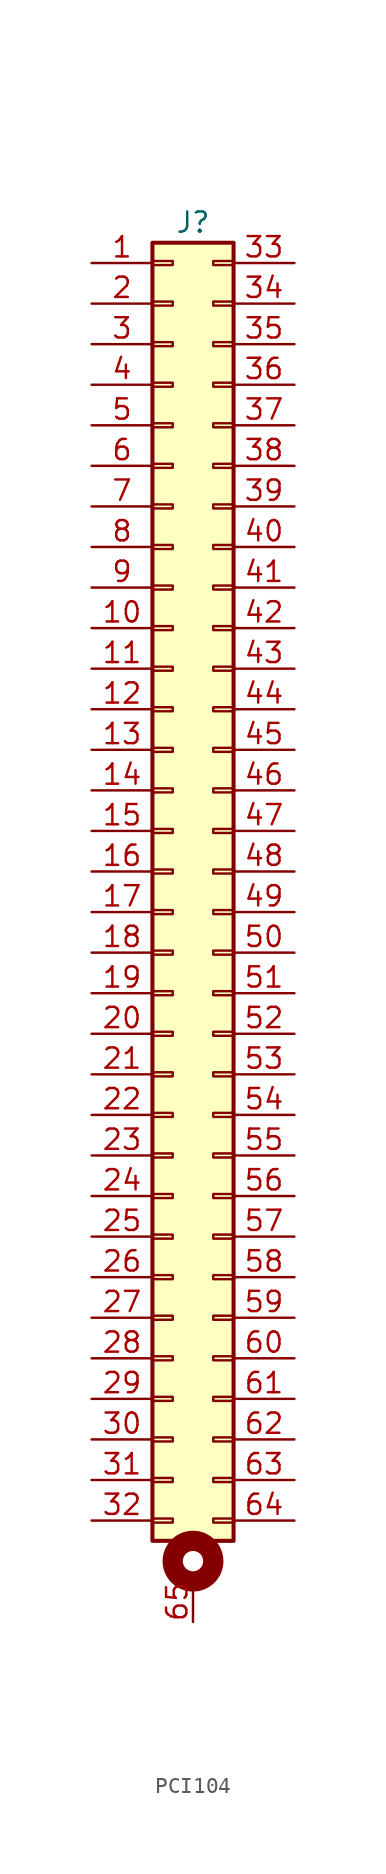
<source format=kicad_sym>
(kicad_symbol_lib
  (version 20220914)
  (generator kicad_symbol_editor)
  (symbol "PCI104"
    (pin_names hide)
    (property "Reference" "J"
      (at 0 0 0)
      (effects (font (size 1.27 1.27))))
    (property "Value" ""
      (at 0 0 0)
      (effects (font (size 1.27 1.27))))
    (symbol "PCI104_0_1"
      (circle (center 0 -83.82) (radius 1.27) (stroke (width 1.27) (type default)) (fill (type none))))
    (symbol "PCI104_1_1"
      (rectangle (start -2.54 -81.153) (end -1.27 -81.407) (stroke (width 0.152) (type default)) (fill (type none)))
      (rectangle (start -2.54 -78.613) (end -1.27 -78.867) (stroke (width 0.152) (type default)) (fill (type none)))
      (rectangle (start -2.54 -76.073) (end -1.27 -76.327) (stroke (width 0.152) (type default)) (fill (type none)))
      (rectangle (start -2.54 -73.533) (end -1.27 -73.787) (stroke (width 0.152) (type default)) (fill (type none)))
      (rectangle (start -2.54 -70.993) (end -1.27 -71.247) (stroke (width 0.152) (type default)) (fill (type none)))
      (rectangle (start -2.54 -68.453) (end -1.27 -68.707) (stroke (width 0.152) (type default)) (fill (type none)))
      (rectangle (start -2.54 -65.913) (end -1.27 -66.167) (stroke (width 0.152) (type default)) (fill (type none)))
      (rectangle (start -2.54 -63.373) (end -1.27 -63.627) (stroke (width 0.152) (type default)) (fill (type none)))
      (rectangle (start -2.54 -60.833) (end -1.27 -61.087) (stroke (width 0.152) (type default)) (fill (type none)))
      (rectangle (start -2.54 -58.293) (end -1.27 -58.547) (stroke (width 0.152) (type default)) (fill (type none)))
      (rectangle (start -2.54 -55.753) (end -1.27 -56.007) (stroke (width 0.152) (type default)) (fill (type none)))
      (rectangle (start -2.54 -53.213) (end -1.27 -53.467) (stroke (width 0.152) (type default)) (fill (type none)))
      (rectangle (start -2.54 -50.673) (end -1.27 -50.927) (stroke (width 0.152) (type default)) (fill (type none)))
      (rectangle (start -2.54 -48.133) (end -1.27 -48.387) (stroke (width 0.152) (type default)) (fill (type none)))
      (rectangle (start -2.54 -45.593) (end -1.27 -45.847) (stroke (width 0.152) (type default)) (fill (type none)))
      (rectangle (start -2.54 -43.053) (end -1.27 -43.307) (stroke (width 0.152) (type default)) (fill (type none)))
      (rectangle (start -2.54 -40.513) (end -1.27 -40.767) (stroke (width 0.152) (type default)) (fill (type none)))
      (rectangle (start -2.54 -37.973) (end -1.27 -38.227) (stroke (width 0.152) (type default)) (fill (type none)))
      (rectangle (start -2.54 -35.433) (end -1.27 -35.687) (stroke (width 0.152) (type default)) (fill (type none)))
      (rectangle (start -2.54 -32.893) (end -1.27 -33.147) (stroke (width 0.152) (type default)) (fill (type none)))
      (rectangle (start -2.54 -30.353) (end -1.27 -30.607) (stroke (width 0.152) (type default)) (fill (type none)))
      (rectangle (start -2.54 -27.813) (end -1.27 -28.067) (stroke (width 0.152) (type default)) (fill (type none)))
      (rectangle (start -2.54 -25.273) (end -1.27 -25.527) (stroke (width 0.152) (type default)) (fill (type none)))
      (rectangle (start -2.54 -22.733) (end -1.27 -22.987) (stroke (width 0.152) (type default)) (fill (type none)))
      (rectangle (start -2.54 -20.193) (end -1.27 -20.447) (stroke (width 0.152) (type default)) (fill (type none)))
      (rectangle (start -2.54 -17.653) (end -1.27 -17.907) (stroke (width 0.152) (type default)) (fill (type none)))
      (rectangle (start -2.54 -15.113) (end -1.27 -15.367) (stroke (width 0.152) (type default)) (fill (type none)))
      (rectangle (start -2.54 -12.573) (end -1.27 -12.827) (stroke (width 0.152) (type default)) (fill (type none)))
      (rectangle (start -2.54 -10.033) (end -1.27 -10.287) (stroke (width 0.152) (type default)) (fill (type none)))
      (rectangle (start -2.54 -7.493) (end -1.27 -7.747) (stroke (width 0.152) (type default)) (fill (type none)))
      (rectangle (start -2.54 -4.953) (end -1.27 -5.207) (stroke (width 0.152) (type default)) (fill (type none)))
      (rectangle (start -2.54 -2.413) (end -1.27 -2.667) (stroke (width 0.152) (type default)) (fill (type none)))
      (rectangle (start -2.54 -1.27) (end 2.54 -82.55) (stroke (width 0.254) (type default)) (fill (type background)))
      (rectangle (start 2.54 -81.153) (end 1.27 -81.407) (stroke (width 0.152) (type default)) (fill (type none)))
      (rectangle (start 2.54 -78.613) (end 1.27 -78.867) (stroke (width 0.152) (type default)) (fill (type none)))
      (rectangle (start 2.54 -76.073) (end 1.27 -76.327) (stroke (width 0.152) (type default)) (fill (type none)))
      (rectangle (start 2.54 -73.533) (end 1.27 -73.787) (stroke (width 0.152) (type default)) (fill (type none)))
      (rectangle (start 2.54 -70.993) (end 1.27 -71.247) (stroke (width 0.152) (type default)) (fill (type none)))
      (rectangle (start 2.54 -68.453) (end 1.27 -68.707) (stroke (width 0.152) (type default)) (fill (type none)))
      (rectangle (start 2.54 -65.913) (end 1.27 -66.167) (stroke (width 0.152) (type default)) (fill (type none)))
      (rectangle (start 2.54 -63.373) (end 1.27 -63.627) (stroke (width 0.152) (type default)) (fill (type none)))
      (rectangle (start 2.54 -60.833) (end 1.27 -61.087) (stroke (width 0.152) (type default)) (fill (type none)))
      (rectangle (start 2.54 -58.293) (end 1.27 -58.547) (stroke (width 0.152) (type default)) (fill (type none)))
      (rectangle (start 2.54 -55.753) (end 1.27 -56.007) (stroke (width 0.152) (type default)) (fill (type none)))
      (rectangle (start 2.54 -53.213) (end 1.27 -53.467) (stroke (width 0.152) (type default)) (fill (type none)))
      (rectangle (start 2.54 -50.673) (end 1.27 -50.927) (stroke (width 0.152) (type default)) (fill (type none)))
      (rectangle (start 2.54 -48.133) (end 1.27 -48.387) (stroke (width 0.152) (type default)) (fill (type none)))
      (rectangle (start 2.54 -45.593) (end 1.27 -45.847) (stroke (width 0.152) (type default)) (fill (type none)))
      (rectangle (start 2.54 -43.053) (end 1.27 -43.307) (stroke (width 0.152) (type default)) (fill (type none)))
      (rectangle (start 2.54 -40.513) (end 1.27 -40.767) (stroke (width 0.152) (type default)) (fill (type none)))
      (rectangle (start 2.54 -37.973) (end 1.27 -38.227) (stroke (width 0.152) (type default)) (fill (type none)))
      (rectangle (start 2.54 -35.433) (end 1.27 -35.687) (stroke (width 0.152) (type default)) (fill (type none)))
      (rectangle (start 2.54 -32.893) (end 1.27 -33.147) (stroke (width 0.152) (type default)) (fill (type none)))
      (rectangle (start 2.54 -30.353) (end 1.27 -30.607) (stroke (width 0.152) (type default)) (fill (type none)))
      (rectangle (start 2.54 -27.813) (end 1.27 -28.067) (stroke (width 0.152) (type default)) (fill (type none)))
      (rectangle (start 2.54 -25.273) (end 1.27 -25.527) (stroke (width 0.152) (type default)) (fill (type none)))
      (rectangle (start 2.54 -22.733) (end 1.27 -22.987) (stroke (width 0.152) (type default)) (fill (type none)))
      (rectangle (start 2.54 -20.193) (end 1.27 -20.447) (stroke (width 0.152) (type default)) (fill (type none)))
      (rectangle (start 2.54 -17.653) (end 1.27 -17.907) (stroke (width 0.152) (type default)) (fill (type none)))
      (rectangle (start 2.54 -15.113) (end 1.27 -15.367) (stroke (width 0.152) (type default)) (fill (type none)))
      (rectangle (start 2.54 -12.573) (end 1.27 -12.827) (stroke (width 0.152) (type default)) (fill (type none)))
      (rectangle (start 2.54 -10.033) (end 1.27 -10.287) (stroke (width 0.152) (type default)) (fill (type none)))
      (rectangle (start 2.54 -7.493) (end 1.27 -7.747) (stroke (width 0.152) (type default)) (fill (type none)))
      (rectangle (start 2.54 -4.953) (end 1.27 -5.207) (stroke (width 0.152) (type default)) (fill (type none)))
      (rectangle (start 2.54 -2.413) (end 1.27 -2.667) (stroke (width 0.152) (type default)) (fill (type none)))
      (pin passive line (at -6.35 -2.54 0) (length 3.81) (name "Pin_1" (effects (font (size 1.27 1.27)))) (number "1" (effects (font (size 1.27 1.27)))))
      (pin passive line (at -6.35 -25.4 0) (length 3.81) (name "Pin_10" (effects (font (size 1.27 1.27)))) (number "10" (effects (font (size 1.27 1.27)))))
      (pin passive line (at -6.35 -27.94 0) (length 3.81) (name "Pin_11" (effects (font (size 1.27 1.27)))) (number "11" (effects (font (size 1.27 1.27)))))
      (pin passive line (at -6.35 -30.48 0) (length 3.81) (name "Pin_12" (effects (font (size 1.27 1.27)))) (number "12" (effects (font (size 1.27 1.27)))))
      (pin passive line (at -6.35 -33.02 0) (length 3.81) (name "Pin_13" (effects (font (size 1.27 1.27)))) (number "13" (effects (font (size 1.27 1.27)))))
      (pin passive line (at -6.35 -35.56 0) (length 3.81) (name "Pin_14" (effects (font (size 1.27 1.27)))) (number "14" (effects (font (size 1.27 1.27)))))
      (pin passive line (at -6.35 -38.1 0) (length 3.81) (name "Pin_15" (effects (font (size 1.27 1.27)))) (number "15" (effects (font (size 1.27 1.27)))))
      (pin passive line (at -6.35 -40.64 0) (length 3.81) (name "Pin_16" (effects (font (size 1.27 1.27)))) (number "16" (effects (font (size 1.27 1.27)))))
      (pin passive line (at -6.35 -43.18 0) (length 3.81) (name "Pin_17" (effects (font (size 1.27 1.27)))) (number "17" (effects (font (size 1.27 1.27)))))
      (pin passive line (at -6.35 -45.72 0) (length 3.81) (name "Pin_18" (effects (font (size 1.27 1.27)))) (number "18" (effects (font (size 1.27 1.27)))))
      (pin passive line (at -6.35 -48.26 0) (length 3.81) (name "Pin_19" (effects (font (size 1.27 1.27)))) (number "19" (effects (font (size 1.27 1.27)))))
      (pin passive line (at -6.35 -5.08 0) (length 3.81) (name "Pin_2" (effects (font (size 1.27 1.27)))) (number "2" (effects (font (size 1.27 1.27)))))
      (pin passive line (at -6.35 -50.8 0) (length 3.81) (name "Pin_20" (effects (font (size 1.27 1.27)))) (number "20" (effects (font (size 1.27 1.27)))))
      (pin passive line (at -6.35 -53.34 0) (length 3.81) (name "Pin_21" (effects (font (size 1.27 1.27)))) (number "21" (effects (font (size 1.27 1.27)))))
      (pin passive line (at -6.35 -55.88 0) (length 3.81) (name "Pin_22" (effects (font (size 1.27 1.27)))) (number "22" (effects (font (size 1.27 1.27)))))
      (pin passive line (at -6.35 -58.42 0) (length 3.81) (name "Pin_23" (effects (font (size 1.27 1.27)))) (number "23" (effects (font (size 1.27 1.27)))))
      (pin passive line (at -6.35 -60.96 0) (length 3.81) (name "Pin_24" (effects (font (size 1.27 1.27)))) (number "24" (effects (font (size 1.27 1.27)))))
      (pin passive line (at -6.35 -63.5 0) (length 3.81) (name "Pin_25" (effects (font (size 1.27 1.27)))) (number "25" (effects (font (size 1.27 1.27)))))
      (pin passive line (at -6.35 -66.04 0) (length 3.81) (name "Pin_26" (effects (font (size 1.27 1.27)))) (number "26" (effects (font (size 1.27 1.27)))))
      (pin passive line (at -6.35 -68.58 0) (length 3.81) (name "Pin_27" (effects (font (size 1.27 1.27)))) (number "27" (effects (font (size 1.27 1.27)))))
      (pin passive line (at -6.35 -71.12 0) (length 3.81) (name "Pin_28" (effects (font (size 1.27 1.27)))) (number "28" (effects (font (size 1.27 1.27)))))
      (pin passive line (at -6.35 -73.66 0) (length 3.81) (name "Pin_29" (effects (font (size 1.27 1.27)))) (number "29" (effects (font (size 1.27 1.27)))))
      (pin passive line (at -6.35 -7.62 0) (length 3.81) (name "Pin_3" (effects (font (size 1.27 1.27)))) (number "3" (effects (font (size 1.27 1.27)))))
      (pin passive line (at -6.35 -76.2 0) (length 3.81) (name "Pin_30" (effects (font (size 1.27 1.27)))) (number "30" (effects (font (size 1.27 1.27)))))
      (pin passive line (at -6.35 -78.74 0) (length 3.81) (name "Pin_31" (effects (font (size 1.27 1.27)))) (number "31" (effects (font (size 1.27 1.27)))))
      (pin passive line (at -6.35 -81.28 0) (length 3.81) (name "Pin_32" (effects (font (size 1.27 1.27)))) (number "32" (effects (font (size 1.27 1.27)))))
      (pin passive line (at 6.35 -2.54 180) (length 3.81) (name "Pin_33" (effects (font (size 1.27 1.27)))) (number "33" (effects (font (size 1.27 1.27)))))
      (pin passive line (at 6.35 -5.08 180) (length 3.81) (name "Pin_34" (effects (font (size 1.27 1.27)))) (number "34" (effects (font (size 1.27 1.27)))))
      (pin passive line (at 6.35 -7.62 180) (length 3.81) (name "Pin_35" (effects (font (size 1.27 1.27)))) (number "35" (effects (font (size 1.27 1.27)))))
      (pin passive line (at 6.35 -10.16 180) (length 3.81) (name "Pin_36" (effects (font (size 1.27 1.27)))) (number "36" (effects (font (size 1.27 1.27)))))
      (pin passive line (at 6.35 -12.7 180) (length 3.81) (name "Pin_37" (effects (font (size 1.27 1.27)))) (number "37" (effects (font (size 1.27 1.27)))))
      (pin passive line (at 6.35 -15.24 180) (length 3.81) (name "Pin_38" (effects (font (size 1.27 1.27)))) (number "38" (effects (font (size 1.27 1.27)))))
      (pin passive line (at 6.35 -17.78 180) (length 3.81) (name "Pin_39" (effects (font (size 1.27 1.27)))) (number "39" (effects (font (size 1.27 1.27)))))
      (pin passive line (at -6.35 -10.16 0) (length 3.81) (name "Pin_4" (effects (font (size 1.27 1.27)))) (number "4" (effects (font (size 1.27 1.27)))))
      (pin passive line (at 6.35 -20.32 180) (length 3.81) (name "Pin_40" (effects (font (size 1.27 1.27)))) (number "40" (effects (font (size 1.27 1.27)))))
      (pin passive line (at 6.35 -22.86 180) (length 3.81) (name "Pin_41" (effects (font (size 1.27 1.27)))) (number "41" (effects (font (size 1.27 1.27)))))
      (pin passive line (at 6.35 -25.4 180) (length 3.81) (name "Pin_42" (effects (font (size 1.27 1.27)))) (number "42" (effects (font (size 1.27 1.27)))))
      (pin passive line (at 6.35 -27.94 180) (length 3.81) (name "Pin_43" (effects (font (size 1.27 1.27)))) (number "43" (effects (font (size 1.27 1.27)))))
      (pin passive line (at 6.35 -30.48 180) (length 3.81) (name "Pin_44" (effects (font (size 1.27 1.27)))) (number "44" (effects (font (size 1.27 1.27)))))
      (pin passive line (at 6.35 -33.02 180) (length 3.81) (name "Pin_45" (effects (font (size 1.27 1.27)))) (number "45" (effects (font (size 1.27 1.27)))))
      (pin passive line (at 6.35 -35.56 180) (length 3.81) (name "Pin_46" (effects (font (size 1.27 1.27)))) (number "46" (effects (font (size 1.27 1.27)))))
      (pin passive line (at 6.35 -38.1 180) (length 3.81) (name "Pin_47" (effects (font (size 1.27 1.27)))) (number "47" (effects (font (size 1.27 1.27)))))
      (pin passive line (at 6.35 -40.64 180) (length 3.81) (name "Pin_48" (effects (font (size 1.27 1.27)))) (number "48" (effects (font (size 1.27 1.27)))))
      (pin passive line (at 6.35 -43.18 180) (length 3.81) (name "Pin_49" (effects (font (size 1.27 1.27)))) (number "49" (effects (font (size 1.27 1.27)))))
      (pin passive line (at -6.35 -12.7 0) (length 3.81) (name "Pin_5" (effects (font (size 1.27 1.27)))) (number "5" (effects (font (size 1.27 1.27)))))
      (pin passive line (at 6.35 -45.72 180) (length 3.81) (name "Pin_50" (effects (font (size 1.27 1.27)))) (number "50" (effects (font (size 1.27 1.27)))))
      (pin passive line (at 6.35 -48.26 180) (length 3.81) (name "Pin_51" (effects (font (size 1.27 1.27)))) (number "51" (effects (font (size 1.27 1.27)))))
      (pin passive line (at 6.35 -50.8 180) (length 3.81) (name "Pin_52" (effects (font (size 1.27 1.27)))) (number "52" (effects (font (size 1.27 1.27)))))
      (pin passive line (at 6.35 -53.34 180) (length 3.81) (name "Pin_53" (effects (font (size 1.27 1.27)))) (number "53" (effects (font (size 1.27 1.27)))))
      (pin passive line (at 6.35 -55.88 180) (length 3.81) (name "Pin_54" (effects (font (size 1.27 1.27)))) (number "54" (effects (font (size 1.27 1.27)))))
      (pin passive line (at 6.35 -58.42 180) (length 3.81) (name "Pin_55" (effects (font (size 1.27 1.27)))) (number "55" (effects (font (size 1.27 1.27)))))
      (pin passive line (at 6.35 -60.96 180) (length 3.81) (name "Pin_56" (effects (font (size 1.27 1.27)))) (number "56" (effects (font (size 1.27 1.27)))))
      (pin passive line (at 6.35 -63.5 180) (length 3.81) (name "Pin_57" (effects (font (size 1.27 1.27)))) (number "57" (effects (font (size 1.27 1.27)))))
      (pin passive line (at 6.35 -66.04 180) (length 3.81) (name "Pin_58" (effects (font (size 1.27 1.27)))) (number "58" (effects (font (size 1.27 1.27)))))
      (pin passive line (at 6.35 -68.58 180) (length 3.81) (name "Pin_59" (effects (font (size 1.27 1.27)))) (number "59" (effects (font (size 1.27 1.27)))))
      (pin passive line (at -6.35 -15.24 0) (length 3.81) (name "Pin_6" (effects (font (size 1.27 1.27)))) (number "6" (effects (font (size 1.27 1.27)))))
      (pin passive line (at 6.35 -71.12 180) (length 3.81) (name "Pin_60" (effects (font (size 1.27 1.27)))) (number "60" (effects (font (size 1.27 1.27)))))
      (pin passive line (at 6.35 -73.66 180) (length 3.81) (name "Pin_61" (effects (font (size 1.27 1.27)))) (number "61" (effects (font (size 1.27 1.27)))))
      (pin passive line (at 6.35 -76.2 180) (length 3.81) (name "Pin_62" (effects (font (size 1.27 1.27)))) (number "62" (effects (font (size 1.27 1.27)))))
      (pin passive line (at 6.35 -78.74 180) (length 3.81) (name "Pin_63" (effects (font (size 1.27 1.27)))) (number "63" (effects (font (size 1.27 1.27)))))
      (pin passive line (at 6.35 -81.28 180) (length 3.81) (name "Pin_64" (effects (font (size 1.27 1.27)))) (number "64" (effects (font (size 1.27 1.27)))))
      (pin passive line (at 0 -87.63 90) (length 2.54) (name "Holes" (effects (font (size 1.27 1.27)))) (number "65" (effects (font (size 1.27 1.27)))))
      (pin passive line (at -6.35 -17.78 0) (length 3.81) (name "Pin_7" (effects (font (size 1.27 1.27)))) (number "7" (effects (font (size 1.27 1.27)))))
      (pin passive line (at -6.35 -20.32 0) (length 3.81) (name "Pin_8" (effects (font (size 1.27 1.27)))) (number "8" (effects (font (size 1.27 1.27)))))
      (pin passive line (at -6.35 -22.86 0) (length 3.81) (name "Pin_9" (effects (font (size 1.27 1.27)))) (number "9" (effects (font (size 1.27 1.27))))))))
</source>
